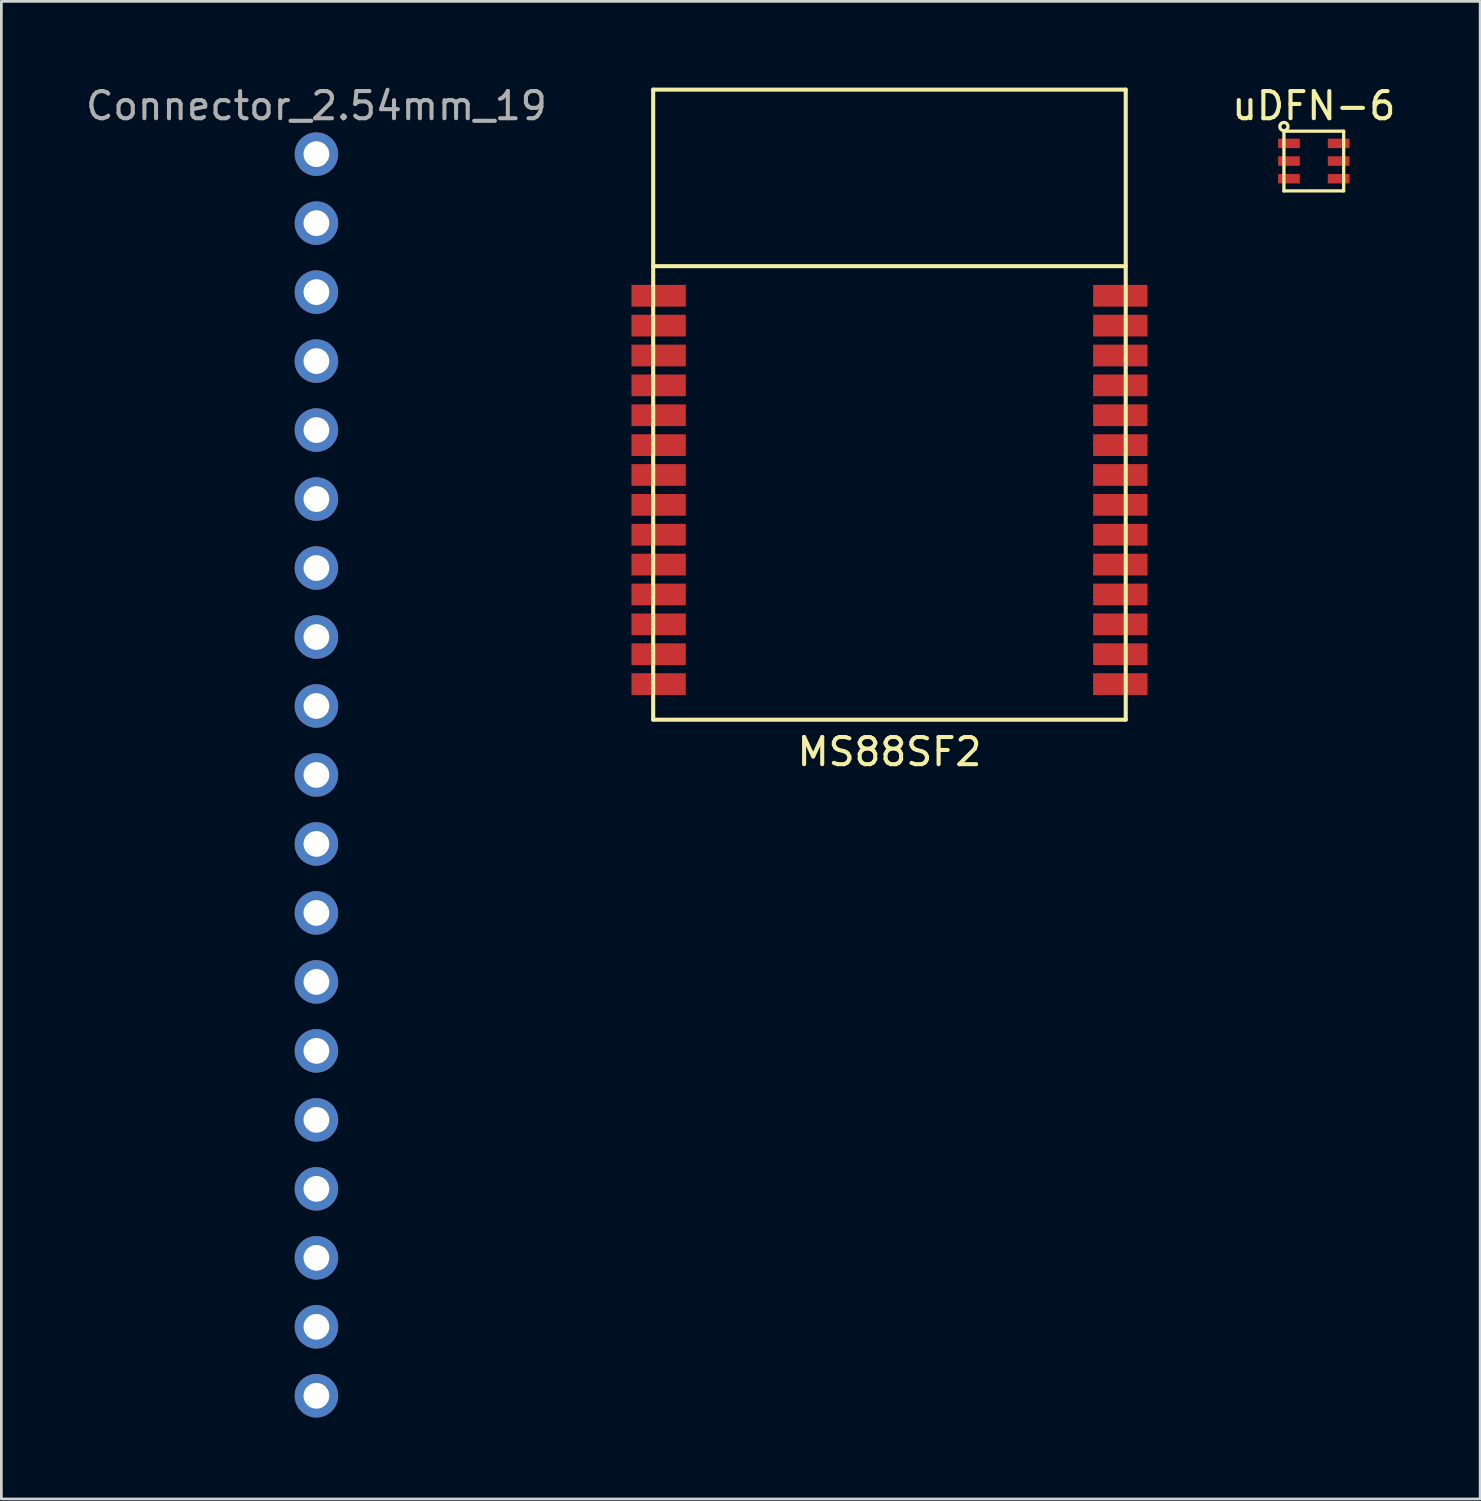
<source format=kicad_pcb>
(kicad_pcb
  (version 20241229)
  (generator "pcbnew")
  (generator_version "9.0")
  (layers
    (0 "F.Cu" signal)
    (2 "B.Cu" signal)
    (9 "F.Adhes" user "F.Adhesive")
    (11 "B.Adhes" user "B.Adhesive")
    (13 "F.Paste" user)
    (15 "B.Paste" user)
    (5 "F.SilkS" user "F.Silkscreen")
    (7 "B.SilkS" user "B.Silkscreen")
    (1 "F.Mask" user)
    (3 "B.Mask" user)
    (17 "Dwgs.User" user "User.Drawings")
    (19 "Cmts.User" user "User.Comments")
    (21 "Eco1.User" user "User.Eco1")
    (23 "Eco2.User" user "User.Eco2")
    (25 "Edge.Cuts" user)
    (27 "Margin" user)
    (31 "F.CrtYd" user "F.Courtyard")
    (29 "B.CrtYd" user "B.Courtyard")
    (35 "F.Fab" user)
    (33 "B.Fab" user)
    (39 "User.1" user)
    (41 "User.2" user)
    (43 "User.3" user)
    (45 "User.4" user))
  (footprint "uDFN-6"
    (layer "F.Cu")
    (at 45.327 2.88)
    (property "Reference" "uDFN-6" (at 0 -2.032 0) (layer "F.SilkS") (effects (font (size 1 1) (thickness 0.15))))
    (attr through_hole)
    (fp_line (start -1.1 -1.1) (end 1.1 -1.1) (stroke (width 0.12) (type solid)) (layer "F.SilkS"))
    (fp_line (start -1.1 1.1) (end -1.1 -1.1) (stroke (width 0.12) (type solid)) (layer "F.SilkS"))
    (fp_line (start 1.1 -1.1) (end 1.1 1.1) (stroke (width 0.12) (type solid)) (layer "F.SilkS"))
    (fp_line (start 1.1 1.1) (end -1.1 1.1) (stroke (width 0.12) (type solid)) (layer "F.SilkS"))
    (fp_circle (center -1.1 -1.27) (end -0.95 -1.27) (stroke (width 0.12) (type solid)) (fill no) (layer "F.SilkS"))
    (pad "1" smd rect (at -0.915 -0.65) (size 0.8 0.35) (layers "F.Cu" "F.Mask" "F.Paste"))
    (pad "2" smd rect (at -0.915 0) (size 0.8 0.35) (layers "F.Cu" "F.Mask" "F.Paste"))
    (pad "3" smd rect (at -0.915 0.65) (size 0.8 0.35) (layers "F.Cu" "F.Mask" "F.Paste"))
    (pad "4" smd rect (at 0.915 0.65) (size 0.8 0.35) (layers "F.Cu" "F.Mask" "F.Paste"))
    (pad "5" smd rect (at 0.915 0) (size 0.8 0.35) (layers "F.Cu" "F.Mask" "F.Paste"))
    (pad "6" smd rect (at 0.915 -0.65) (size 0.8 0.35) (layers "F.Cu" "F.Mask" "F.Paste")))
  (footprint "MS88SF2"
    (layer "F.Cu")
    (at 29.702 0.25)
    (property "Reference" "MS88SF2" (at 0 24.384 0) (layer "F.SilkS") (effects (font (size 1 1) (thickness 0.15))))
    (attr through_hole)
    (fp_line (start -8.7 0) (end 8.7 0) (stroke (width 0.15) (type solid)) (layer "F.SilkS"))
    (fp_line (start -8.7 6.5) (end 8.7 6.5) (stroke (width 0.15) (type solid)) (layer "F.SilkS"))
    (fp_line (start -8.7 23.2) (end -8.7 0) (stroke (width 0.15) (type solid)) (layer "F.SilkS"))
    (fp_line (start 8.7 0) (end 8.7 23.2) (stroke (width 0.15) (type solid)) (layer "F.SilkS"))
    (fp_line (start 8.7 23.2) (end -8.7 23.2) (stroke (width 0.15) (type solid)) (layer "F.SilkS"))
    (pad "1" smd rect (at -8.5 7.59) (size 2 0.8) (layers "F.Cu" "F.Mask" "F.Paste"))
    (pad "2" smd rect (at -8.5 8.69) (size 2 0.8) (layers "F.Cu" "F.Mask" "F.Paste"))
    (pad "3" smd rect (at -8.5 9.79) (size 2 0.8) (layers "F.Cu" "F.Mask" "F.Paste"))
    (pad "4" smd rect (at -8.5 10.89) (size 2 0.8) (layers "F.Cu" "F.Mask" "F.Paste"))
    (pad "5" smd rect (at -8.5 11.99) (size 2 0.8) (layers "F.Cu" "F.Mask" "F.Paste"))
    (pad "6" smd rect (at -8.5 13.09) (size 2 0.8) (layers "F.Cu" "F.Mask" "F.Paste"))
    (pad "7" smd rect (at -8.5 14.19) (size 2 0.8) (layers "F.Cu" "F.Mask" "F.Paste"))
    (pad "8" smd rect (at -8.5 15.29) (size 2 0.8) (layers "F.Cu" "F.Mask" "F.Paste"))
    (pad "9" smd rect (at -8.5 16.39) (size 2 0.8) (layers "F.Cu" "F.Mask" "F.Paste"))
    (pad "10" smd rect (at -8.5 17.49) (size 2 0.8) (layers "F.Cu" "F.Mask" "F.Paste"))
    (pad "11" smd rect (at -8.5 18.59) (size 2 0.8) (layers "F.Cu" "F.Mask" "F.Paste"))
    (pad "12" smd rect (at -8.5 19.69) (size 2 0.8) (layers "F.Cu" "F.Mask" "F.Paste"))
    (pad "13" smd rect (at -8.5 20.79) (size 2 0.8) (layers "F.Cu" "F.Mask" "F.Paste"))
    (pad "14" smd rect (at -8.5 21.89) (size 2 0.8) (layers "F.Cu" "F.Mask" "F.Paste"))
    (pad "15" smd rect (at 8.5 21.89) (size 2 0.8) (layers "F.Cu" "F.Mask" "F.Paste"))
    (pad "16" smd rect (at 8.5 20.79) (size 2 0.8) (layers "F.Cu" "F.Mask" "F.Paste"))
    (pad "17" smd rect (at 8.5 19.69) (size 2 0.8) (layers "F.Cu" "F.Mask" "F.Paste"))
    (pad "18" smd rect (at 8.5 18.59) (size 2 0.8) (layers "F.Cu" "F.Mask" "F.Paste"))
    (pad "19" smd rect (at 8.5 17.49) (size 2 0.8) (layers "F.Cu" "F.Mask" "F.Paste"))
    (pad "20" smd rect (at 8.5 16.39) (size 2 0.8) (layers "F.Cu" "F.Mask" "F.Paste"))
    (pad "21" smd rect (at 8.5 15.29) (size 2 0.8) (layers "F.Cu" "F.Mask" "F.Paste"))
    (pad "22" smd rect (at 8.5 14.19) (size 2 0.8) (layers "F.Cu" "F.Mask" "F.Paste"))
    (pad "23" smd rect (at 8.5 13.09) (size 2 0.8) (layers "F.Cu" "F.Mask" "F.Paste"))
    (pad "24" smd rect (at 8.5 11.99) (size 2 0.8) (layers "F.Cu" "F.Mask" "F.Paste"))
    (pad "25" smd rect (at 8.5 10.89) (size 2 0.8) (layers "F.Cu" "F.Mask" "F.Paste"))
    (pad "26" smd rect (at 8.5 9.79) (size 2 0.8) (layers "F.Cu" "F.Mask" "F.Paste"))
    (pad "27" smd rect (at 8.5 8.69) (size 2 0.8) (layers "F.Cu" "F.Mask" "F.Paste"))
    (pad "28" smd rect (at 8.5 7.59) (size 2 0.8) (layers "F.Cu" "F.Mask" "F.Paste")))
  (footprint "Connector_2.54mm_19"
    (layer "F.Cu")
    (at 8.601 2.626)
    (property "Reference" "Connector_2.54mm_19" (at 0 -1.778 0) (layer "F.Fab") (effects (font (size 1 1) (thickness 0.15))))
    (attr through_hole)
    (pad "1" thru_hole circle (at 0 0) (size 1.6 1.6) (drill 0.95) (layers "*.Cu" "*.Mask"))
    (pad "2" thru_hole circle (at 0 2.54) (size 1.6 1.6) (drill 0.95) (layers "*.Cu" "*.Mask"))
    (pad "3" thru_hole circle (at 0 5.08) (size 1.6 1.6) (drill 0.95) (layers "*.Cu" "*.Mask"))
    (pad "4" thru_hole circle (at 0 7.62) (size 1.6 1.6) (drill 0.95) (layers "*.Cu" "*.Mask"))
    (pad "5" thru_hole circle (at 0 10.16) (size 1.6 1.6) (drill 0.95) (layers "*.Cu" "*.Mask"))
    (pad "6" thru_hole circle (at 0 12.7) (size 1.6 1.6) (drill 0.95) (layers "*.Cu" "*.Mask"))
    (pad "7" thru_hole circle (at 0 15.24) (size 1.6 1.6) (drill 0.95) (layers "*.Cu" "*.Mask"))
    (pad "8" thru_hole circle (at 0 17.78) (size 1.6 1.6) (drill 0.95) (layers "*.Cu" "*.Mask"))
    (pad "9" thru_hole circle (at 0 20.32) (size 1.6 1.6) (drill 0.95) (layers "*.Cu" "*.Mask"))
    (pad "10" thru_hole circle (at 0 22.86) (size 1.6 1.6) (drill 0.95) (layers "*.Cu" "*.Mask"))
    (pad "11" thru_hole circle (at 0 25.4) (size 1.6 1.6) (drill 0.95) (layers "*.Cu" "*.Mask"))
    (pad "12" thru_hole circle (at 0 27.94) (size 1.6 1.6) (drill 0.95) (layers "*.Cu" "*.Mask"))
    (pad "13" thru_hole circle (at 0 30.48) (size 1.6 1.6) (drill 0.95) (layers "*.Cu" "*.Mask"))
    (pad "14" thru_hole circle (at 0 33.02) (size 1.6 1.6) (drill 0.95) (layers "*.Cu" "*.Mask"))
    (pad "15" thru_hole circle (at 0 35.56) (size 1.6 1.6) (drill 0.95) (layers "*.Cu" "*.Mask"))
    (pad "16" thru_hole circle (at 0 38.1) (size 1.6 1.6) (drill 0.95) (layers "*.Cu" "*.Mask"))
    (pad "17" thru_hole circle (at 0 40.64) (size 1.6 1.6) (drill 0.95) (layers "*.Cu" "*.Mask"))
    (pad "18" thru_hole circle (at 0 43.18) (size 1.6 1.6) (drill 0.95) (layers "*.Cu" "*.Mask"))
    (pad "19" thru_hole circle (at 0 45.72) (size 1.6 1.6) (drill 0.95) (layers "*.Cu" "*.Mask")))
  (gr_rect
    (start -3 -3)
    (end 51.452 52.146)
    (stroke (width 0.1) (type default))
    (fill no)
    (layer "Edge.Cuts")))
</source>
